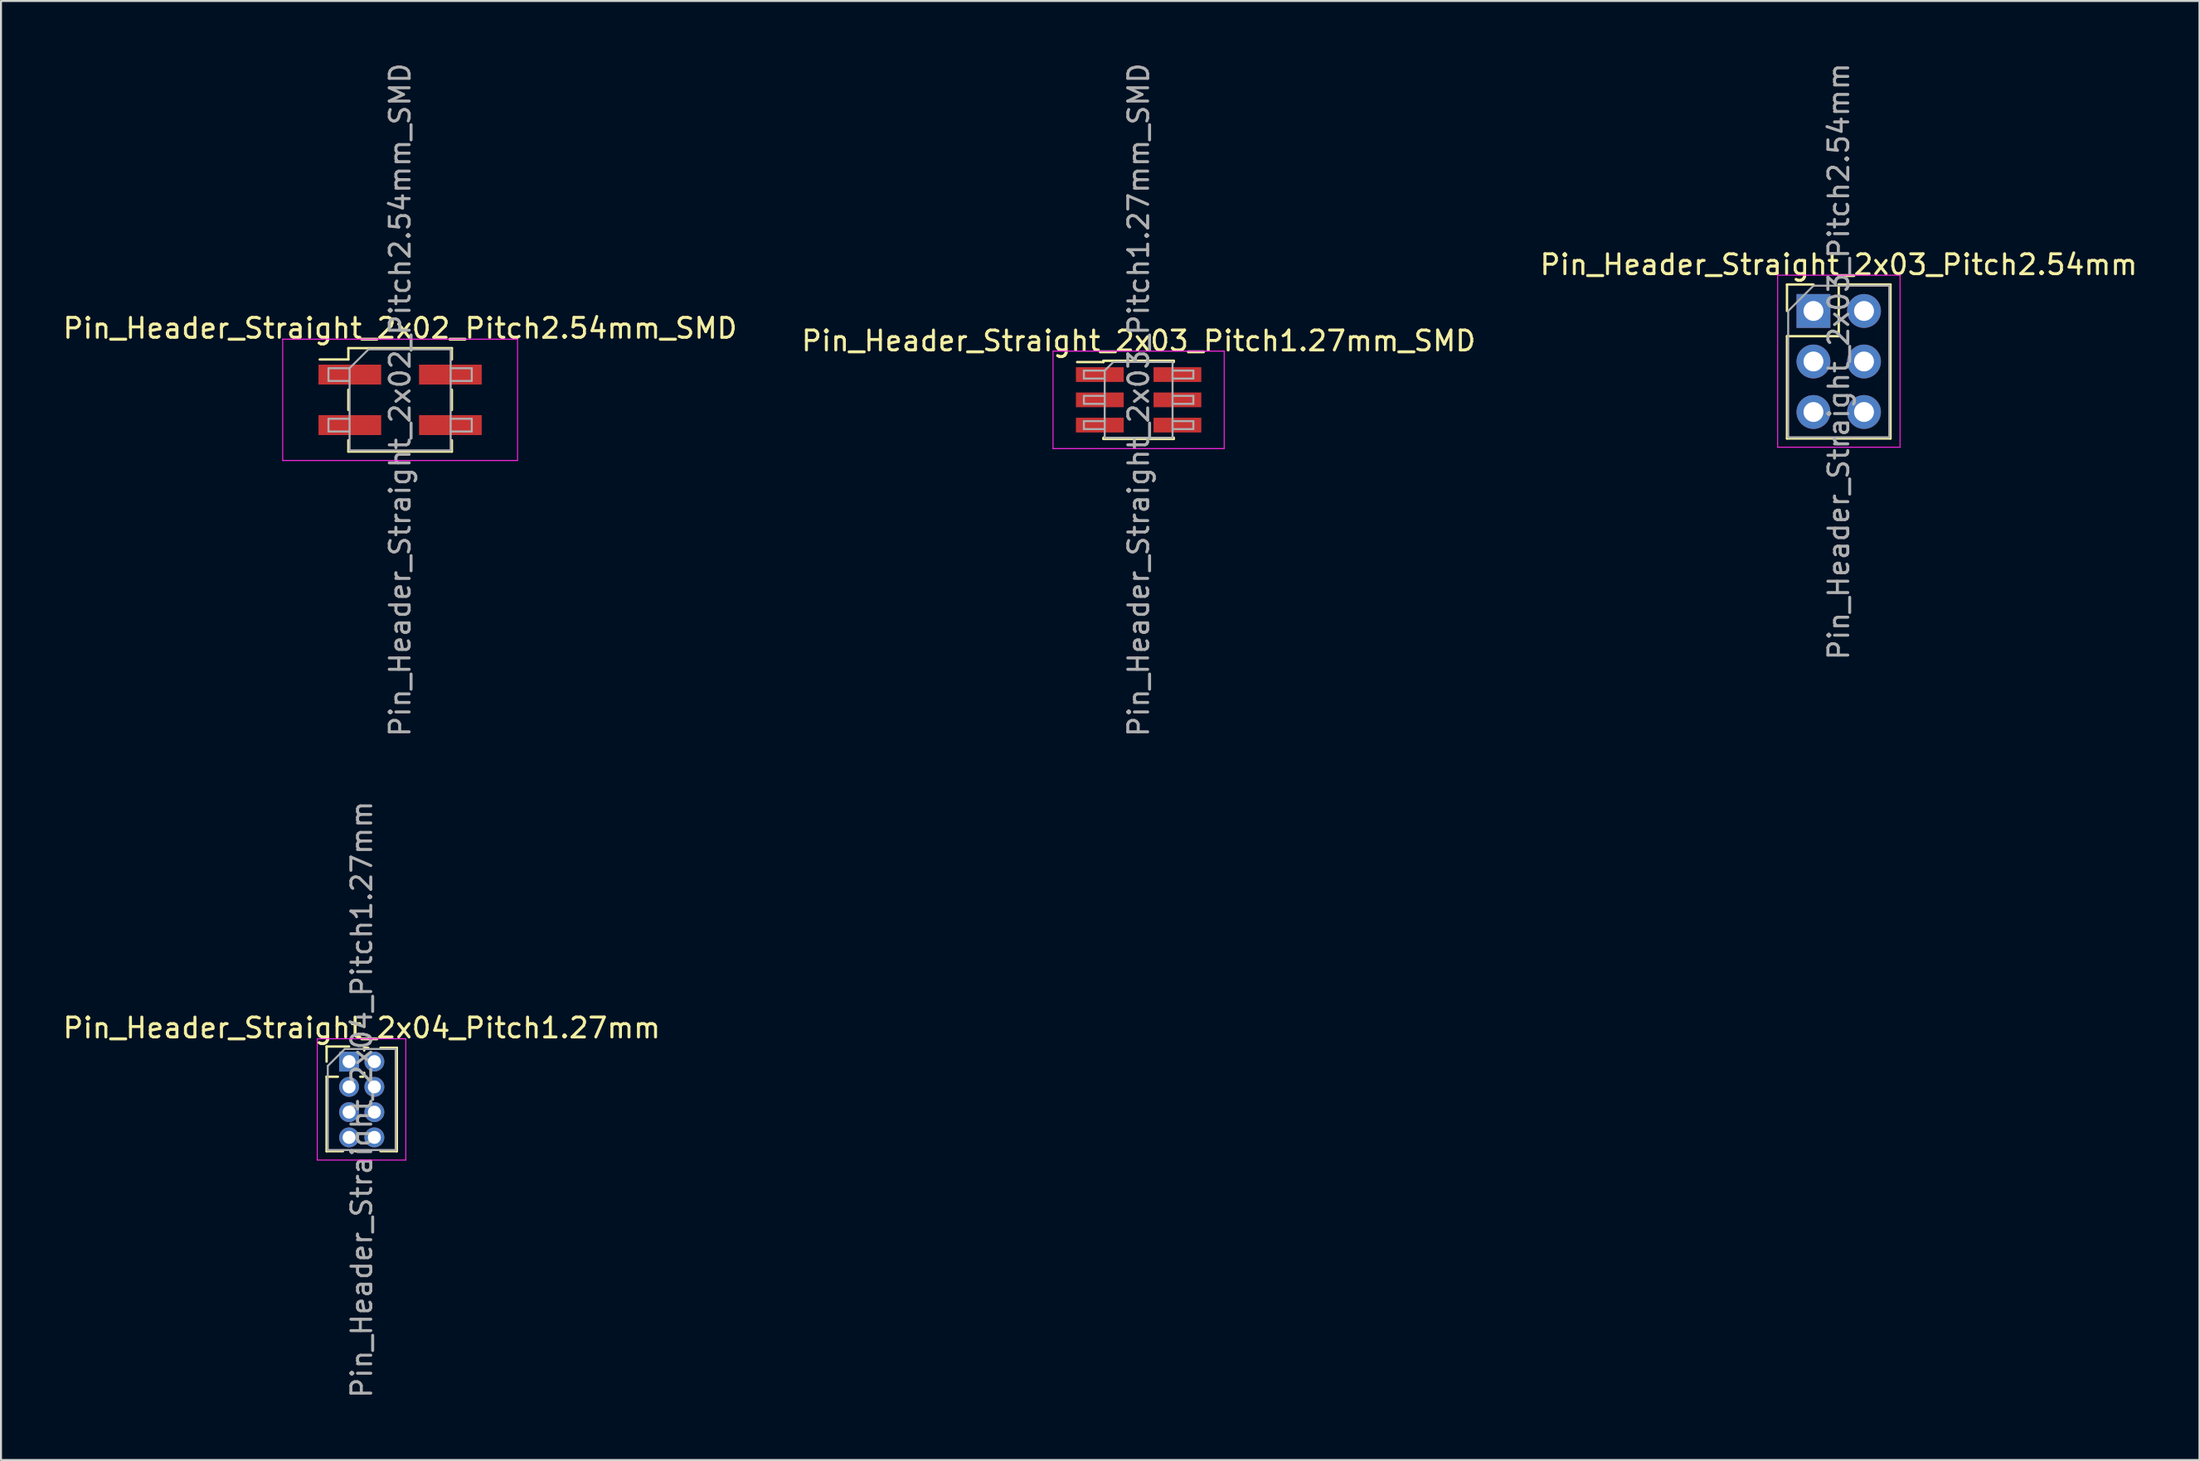
<source format=kicad_pcb>
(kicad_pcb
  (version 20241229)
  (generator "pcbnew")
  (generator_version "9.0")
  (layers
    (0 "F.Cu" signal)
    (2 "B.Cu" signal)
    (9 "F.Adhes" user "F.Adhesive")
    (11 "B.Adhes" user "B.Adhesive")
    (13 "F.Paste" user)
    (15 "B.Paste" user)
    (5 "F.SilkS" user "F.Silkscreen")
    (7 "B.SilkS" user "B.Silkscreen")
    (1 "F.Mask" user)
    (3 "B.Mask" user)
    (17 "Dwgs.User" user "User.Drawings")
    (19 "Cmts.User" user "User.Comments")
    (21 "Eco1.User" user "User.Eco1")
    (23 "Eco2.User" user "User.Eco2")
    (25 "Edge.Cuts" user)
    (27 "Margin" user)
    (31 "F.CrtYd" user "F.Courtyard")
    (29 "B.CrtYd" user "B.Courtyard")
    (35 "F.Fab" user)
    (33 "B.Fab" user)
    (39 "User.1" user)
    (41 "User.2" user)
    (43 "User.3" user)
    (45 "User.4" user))
  (footprint "Pin_Header_Straight_2x02_Pitch2.54mm_SMD"
    (layer "F.Cu")
    (at 17.054 17.054)
    (property "Reference" "Pin_Header_Straight_2x02_Pitch2.54mm_SMD" (at 0 -3.6 0) (layer "F.SilkS") (effects (font (size 1 1) (thickness 0.15))))
    (attr smd)
    (fp_line (start -4.04 -2.03) (end -2.6 -2.03) (stroke (width 0.12) (type solid)) (layer "F.SilkS"))
    (fp_line (start -2.6 -2.6) (end -2.6 -2.03) (stroke (width 0.12) (type solid)) (layer "F.SilkS"))
    (fp_line (start -2.6 -2.6) (end 2.6 -2.6) (stroke (width 0.12) (type solid)) (layer "F.SilkS"))
    (fp_line (start -2.6 -0.51) (end -2.6 0.51) (stroke (width 0.12) (type solid)) (layer "F.SilkS"))
    (fp_line (start -2.6 2.03) (end -2.6 2.6) (stroke (width 0.12) (type solid)) (layer "F.SilkS"))
    (fp_line (start -2.6 2.6) (end 2.6 2.6) (stroke (width 0.12) (type solid)) (layer "F.SilkS"))
    (fp_line (start 2.6 -2.6) (end 2.6 -2.03) (stroke (width 0.12) (type solid)) (layer "F.SilkS"))
    (fp_line (start 2.6 -0.51) (end 2.6 0.51) (stroke (width 0.12) (type solid)) (layer "F.SilkS"))
    (fp_line (start 2.6 2.03) (end 2.6 2.6) (stroke (width 0.12) (type solid)) (layer "F.SilkS"))
    (fp_line (start -5.9 -3.05) (end -5.9 3.05) (stroke (width 0.05) (type solid)) (layer "F.CrtYd"))
    (fp_line (start -5.9 3.05) (end 5.9 3.05) (stroke (width 0.05) (type solid)) (layer "F.CrtYd"))
    (fp_line (start 5.9 -3.05) (end -5.9 -3.05) (stroke (width 0.05) (type solid)) (layer "F.CrtYd"))
    (fp_line (start 5.9 3.05) (end 5.9 -3.05) (stroke (width 0.05) (type solid)) (layer "F.CrtYd"))
    (fp_line (start -3.6 -1.59) (end -3.6 -0.95) (stroke (width 0.1) (type solid)) (layer "F.Fab"))
    (fp_line (start -3.6 -0.95) (end -2.54 -0.95) (stroke (width 0.1) (type solid)) (layer "F.Fab"))
    (fp_line (start -3.6 0.95) (end -3.6 1.59) (stroke (width 0.1) (type solid)) (layer "F.Fab"))
    (fp_line (start -3.6 1.59) (end -2.54 1.59) (stroke (width 0.1) (type solid)) (layer "F.Fab"))
    (fp_line (start -2.54 -1.59) (end -3.6 -1.59) (stroke (width 0.1) (type solid)) (layer "F.Fab"))
    (fp_line (start -2.54 -1.59) (end -1.59 -2.54) (stroke (width 0.1) (type solid)) (layer "F.Fab"))
    (fp_line (start -2.54 0.95) (end -3.6 0.95) (stroke (width 0.1) (type solid)) (layer "F.Fab"))
    (fp_line (start -2.54 2.54) (end -2.54 -1.59) (stroke (width 0.1) (type solid)) (layer "F.Fab"))
    (fp_line (start -1.59 -2.54) (end 2.54 -2.54) (stroke (width 0.1) (type solid)) (layer "F.Fab"))
    (fp_line (start 2.54 -2.54) (end 2.54 2.54) (stroke (width 0.1) (type solid)) (layer "F.Fab"))
    (fp_line (start 2.54 -1.59) (end 3.6 -1.59) (stroke (width 0.1) (type solid)) (layer "F.Fab"))
    (fp_line (start 2.54 0.95) (end 3.6 0.95) (stroke (width 0.1) (type solid)) (layer "F.Fab"))
    (fp_line (start 2.54 2.54) (end -2.54 2.54) (stroke (width 0.1) (type solid)) (layer "F.Fab"))
    (fp_line (start 3.6 -1.59) (end 3.6 -0.95) (stroke (width 0.1) (type solid)) (layer "F.Fab"))
    (fp_line (start 3.6 -0.95) (end 2.54 -0.95) (stroke (width 0.1) (type solid)) (layer "F.Fab"))
    (fp_line (start 3.6 0.95) (end 3.6 1.59) (stroke (width 0.1) (type solid)) (layer "F.Fab"))
    (fp_line (start 3.6 1.59) (end 2.54 1.59) (stroke (width 0.1) (type solid)) (layer "F.Fab"))
    (fp_text user "${REFERENCE}" (at 0 0 90) (layer "F.Fab") (effects (font (size 1 1) (thickness 0.15))))
    (pad "1" smd rect (at -2.525 -1.27) (size 3.15 1) (layers "F.Cu" "F.Mask" "F.Paste"))
    (pad "2" smd rect (at 2.525 -1.27) (size 3.15 1) (layers "F.Cu" "F.Mask" "F.Paste"))
    (pad "3" smd rect (at -2.525 1.27) (size 3.15 1) (layers "F.Cu" "F.Mask" "F.Paste"))
    (pad "4" smd rect (at 2.525 1.27) (size 3.15 1) (layers "F.Cu" "F.Mask" "F.Paste")))
  (footprint "Pin_Header_Straight_2x03_Pitch1.27mm_SMD"
    (layer "F.Cu")
    (at 54.161 17.054)
    (property "Reference" "Pin_Header_Straight_2x03_Pitch1.27mm_SMD" (at 0 -2.965 0) (layer "F.SilkS") (effects (font (size 1 1) (thickness 0.15))))
    (attr smd)
    (fp_line (start -3.09 -1.9) (end -1.765 -1.9) (stroke (width 0.12) (type solid)) (layer "F.SilkS"))
    (fp_line (start -1.765 -1.965) (end -1.765 -1.9) (stroke (width 0.12) (type solid)) (layer "F.SilkS"))
    (fp_line (start -1.765 -1.965) (end 1.765 -1.965) (stroke (width 0.12) (type solid)) (layer "F.SilkS"))
    (fp_line (start -1.765 1.9) (end -1.765 1.965) (stroke (width 0.12) (type solid)) (layer "F.SilkS"))
    (fp_line (start -1.765 1.965) (end 1.765 1.965) (stroke (width 0.12) (type solid)) (layer "F.SilkS"))
    (fp_line (start 1.765 -1.965) (end 1.765 -1.9) (stroke (width 0.12) (type solid)) (layer "F.SilkS"))
    (fp_line (start 1.765 1.9) (end 1.765 1.965) (stroke (width 0.12) (type solid)) (layer "F.SilkS"))
    (fp_line (start -4.3 -2.45) (end -4.3 2.45) (stroke (width 0.05) (type solid)) (layer "F.CrtYd"))
    (fp_line (start -4.3 2.45) (end 4.3 2.45) (stroke (width 0.05) (type solid)) (layer "F.CrtYd"))
    (fp_line (start 4.3 -2.45) (end -4.3 -2.45) (stroke (width 0.05) (type solid)) (layer "F.CrtYd"))
    (fp_line (start 4.3 2.45) (end 4.3 -2.45) (stroke (width 0.05) (type solid)) (layer "F.CrtYd"))
    (fp_line (start -2.75 -1.47) (end -2.75 -1.07) (stroke (width 0.1) (type solid)) (layer "F.Fab"))
    (fp_line (start -2.75 -1.07) (end -1.705 -1.07) (stroke (width 0.1) (type solid)) (layer "F.Fab"))
    (fp_line (start -2.75 -0.2) (end -2.75 0.2) (stroke (width 0.1) (type solid)) (layer "F.Fab"))
    (fp_line (start -2.75 0.2) (end -1.705 0.2) (stroke (width 0.1) (type solid)) (layer "F.Fab"))
    (fp_line (start -2.75 1.07) (end -2.75 1.47) (stroke (width 0.1) (type solid)) (layer "F.Fab"))
    (fp_line (start -2.75 1.47) (end -1.705 1.47) (stroke (width 0.1) (type solid)) (layer "F.Fab"))
    (fp_line (start -1.705 -1.47) (end -2.75 -1.47) (stroke (width 0.1) (type solid)) (layer "F.Fab"))
    (fp_line (start -1.705 -1.47) (end -1.27 -1.905) (stroke (width 0.1) (type solid)) (layer "F.Fab"))
    (fp_line (start -1.705 -0.2) (end -2.75 -0.2) (stroke (width 0.1) (type solid)) (layer "F.Fab"))
    (fp_line (start -1.705 1.07) (end -2.75 1.07) (stroke (width 0.1) (type solid)) (layer "F.Fab"))
    (fp_line (start -1.705 1.905) (end -1.705 -1.47) (stroke (width 0.1) (type solid)) (layer "F.Fab"))
    (fp_line (start -1.27 -1.905) (end 1.705 -1.905) (stroke (width 0.1) (type solid)) (layer "F.Fab"))
    (fp_line (start 1.705 -1.905) (end 1.705 1.905) (stroke (width 0.1) (type solid)) (layer "F.Fab"))
    (fp_line (start 1.705 -1.47) (end 2.75 -1.47) (stroke (width 0.1) (type solid)) (layer "F.Fab"))
    (fp_line (start 1.705 -0.2) (end 2.75 -0.2) (stroke (width 0.1) (type solid)) (layer "F.Fab"))
    (fp_line (start 1.705 1.07) (end 2.75 1.07) (stroke (width 0.1) (type solid)) (layer "F.Fab"))
    (fp_line (start 1.705 1.905) (end -1.705 1.905) (stroke (width 0.1) (type solid)) (layer "F.Fab"))
    (fp_line (start 2.75 -1.47) (end 2.75 -1.07) (stroke (width 0.1) (type solid)) (layer "F.Fab"))
    (fp_line (start 2.75 -1.07) (end 1.705 -1.07) (stroke (width 0.1) (type solid)) (layer "F.Fab"))
    (fp_line (start 2.75 -0.2) (end 2.75 0.2) (stroke (width 0.1) (type solid)) (layer "F.Fab"))
    (fp_line (start 2.75 0.2) (end 1.705 0.2) (stroke (width 0.1) (type solid)) (layer "F.Fab"))
    (fp_line (start 2.75 1.07) (end 2.75 1.47) (stroke (width 0.1) (type solid)) (layer "F.Fab"))
    (fp_line (start 2.75 1.47) (end 1.705 1.47) (stroke (width 0.1) (type solid)) (layer "F.Fab"))
    (fp_text user "${REFERENCE}" (at 0 0 90) (layer "F.Fab") (effects (font (size 1 1) (thickness 0.15))))
    (pad "1" smd rect (at -1.95 -1.27) (size 2.4 0.74) (layers "F.Cu" "F.Mask" "F.Paste"))
    (pad "2" smd rect (at 1.95 -1.27) (size 2.4 0.74) (layers "F.Cu" "F.Mask" "F.Paste"))
    (pad "3" smd rect (at -1.95 0) (size 2.4 0.74) (layers "F.Cu" "F.Mask" "F.Paste"))
    (pad "4" smd rect (at 1.95 0) (size 2.4 0.74) (layers "F.Cu" "F.Mask" "F.Paste"))
    (pad "5" smd rect (at -1.95 1.27) (size 2.4 0.74) (layers "F.Cu" "F.Mask" "F.Paste"))
    (pad "6" smd rect (at 1.95 1.27) (size 2.4 0.74) (layers "F.Cu" "F.Mask" "F.Paste")))
  (footprint "Pin_Header_Straight_2x04_Pitch1.27mm"
    (layer "F.Cu")
    (at 14.49 50.327)
    (property "Reference" "Pin_Header_Straight_2x04_Pitch1.27mm" (at 0.635 -1.695 0) (layer "F.SilkS") (effects (font (size 1 1) (thickness 0.15))))
    (attr through_hole)
    (fp_line (start -1.13 -0.76) (end 0 -0.76) (stroke (width 0.12) (type solid)) (layer "F.SilkS"))
    (fp_line (start -1.13 0) (end -1.13 -0.76) (stroke (width 0.12) (type solid)) (layer "F.SilkS"))
    (fp_line (start -1.13 0.76) (end -1.13 4.505) (stroke (width 0.12) (type solid)) (layer "F.SilkS"))
    (fp_line (start -1.13 0.76) (end -0.563 0.76) (stroke (width 0.12) (type solid)) (layer "F.SilkS"))
    (fp_line (start -1.13 4.505) (end -0.308 4.505) (stroke (width 0.12) (type solid)) (layer "F.SilkS"))
    (fp_line (start 0.308 4.505) (end 0.962 4.505) (stroke (width 0.12) (type solid)) (layer "F.SilkS"))
    (fp_line (start 0.563 0.76) (end 0.707 0.76) (stroke (width 0.12) (type solid)) (layer "F.SilkS"))
    (fp_line (start 0.76 -0.695) (end 0.962 -0.695) (stroke (width 0.12) (type solid)) (layer "F.SilkS"))
    (fp_line (start 0.76 -0.563) (end 0.76 -0.695) (stroke (width 0.12) (type solid)) (layer "F.SilkS"))
    (fp_line (start 0.76 0.707) (end 0.76 0.563) (stroke (width 0.12) (type solid)) (layer "F.SilkS"))
    (fp_line (start 1.578 -0.695) (end 2.4 -0.695) (stroke (width 0.12) (type solid)) (layer "F.SilkS"))
    (fp_line (start 1.578 4.505) (end 2.4 4.505) (stroke (width 0.12) (type solid)) (layer "F.SilkS"))
    (fp_line (start 2.4 -0.695) (end 2.4 4.505) (stroke (width 0.12) (type solid)) (layer "F.SilkS"))
    (fp_line (start -1.6 -1.15) (end -1.6 4.95) (stroke (width 0.05) (type solid)) (layer "F.CrtYd"))
    (fp_line (start -1.6 4.95) (end 2.85 4.95) (stroke (width 0.05) (type solid)) (layer "F.CrtYd"))
    (fp_line (start 2.85 -1.15) (end -1.6 -1.15) (stroke (width 0.05) (type solid)) (layer "F.CrtYd"))
    (fp_line (start 2.85 4.95) (end 2.85 -1.15) (stroke (width 0.05) (type solid)) (layer "F.CrtYd"))
    (fp_line (start -1.07 0.217) (end -0.217 -0.635) (stroke (width 0.1) (type solid)) (layer "F.Fab"))
    (fp_line (start -1.07 4.445) (end -1.07 0.217) (stroke (width 0.1) (type solid)) (layer "F.Fab"))
    (fp_line (start -0.217 -0.635) (end 2.34 -0.635) (stroke (width 0.1) (type solid)) (layer "F.Fab"))
    (fp_line (start 2.34 -0.635) (end 2.34 4.445) (stroke (width 0.1) (type solid)) (layer "F.Fab"))
    (fp_line (start 2.34 4.445) (end -1.07 4.445) (stroke (width 0.1) (type solid)) (layer "F.Fab"))
    (fp_text user "${REFERENCE}" (at 0.635 1.905 90) (layer "F.Fab") (effects (font (size 1 1) (thickness 0.15))))
    (pad "1" thru_hole rect (at 0 0) (size 1 1) (drill 0.65) (layers "*.Cu" "*.Mask"))
    (pad "2" thru_hole oval (at 1.27 0) (size 1 1) (drill 0.65) (layers "*.Cu" "*.Mask"))
    (pad "3" thru_hole oval (at 0 1.27) (size 1 1) (drill 0.65) (layers "*.Cu" "*.Mask"))
    (pad "4" thru_hole oval (at 1.27 1.27) (size 1 1) (drill 0.65) (layers "*.Cu" "*.Mask"))
    (pad "5" thru_hole oval (at 0 2.54) (size 1 1) (drill 0.65) (layers "*.Cu" "*.Mask"))
    (pad "6" thru_hole oval (at 1.27 2.54) (size 1 1) (drill 0.65) (layers "*.Cu" "*.Mask"))
    (pad "7" thru_hole oval (at 0 3.81) (size 1 1) (drill 0.65) (layers "*.Cu" "*.Mask"))
    (pad "8" thru_hole oval (at 1.27 3.81) (size 1 1) (drill 0.65) (layers "*.Cu" "*.Mask")))
  (footprint "Pin_Header_Straight_2x03_Pitch2.54mm"
    (layer "F.Cu")
    (at 88.069 12.585)
    (property "Reference" "Pin_Header_Straight_2x03_Pitch2.54mm" (at 1.27 -2.33 0) (layer "F.SilkS") (effects (font (size 1 1) (thickness 0.15))))
    (attr through_hole)
    (fp_line (start -1.33 -1.33) (end 0 -1.33) (stroke (width 0.12) (type solid)) (layer "F.SilkS"))
    (fp_line (start -1.33 0) (end -1.33 -1.33) (stroke (width 0.12) (type solid)) (layer "F.SilkS"))
    (fp_line (start -1.33 1.27) (end -1.33 6.41) (stroke (width 0.12) (type solid)) (layer "F.SilkS"))
    (fp_line (start -1.33 1.27) (end 1.27 1.27) (stroke (width 0.12) (type solid)) (layer "F.SilkS"))
    (fp_line (start -1.33 6.41) (end 3.87 6.41) (stroke (width 0.12) (type solid)) (layer "F.SilkS"))
    (fp_line (start 1.27 -1.33) (end 3.87 -1.33) (stroke (width 0.12) (type solid)) (layer "F.SilkS"))
    (fp_line (start 1.27 1.27) (end 1.27 -1.33) (stroke (width 0.12) (type solid)) (layer "F.SilkS"))
    (fp_line (start 3.87 -1.33) (end 3.87 6.41) (stroke (width 0.12) (type solid)) (layer "F.SilkS"))
    (fp_line (start -1.8 -1.8) (end -1.8 6.85) (stroke (width 0.05) (type solid)) (layer "F.CrtYd"))
    (fp_line (start -1.8 6.85) (end 4.35 6.85) (stroke (width 0.05) (type solid)) (layer "F.CrtYd"))
    (fp_line (start 4.35 -1.8) (end -1.8 -1.8) (stroke (width 0.05) (type solid)) (layer "F.CrtYd"))
    (fp_line (start 4.35 6.85) (end 4.35 -1.8) (stroke (width 0.05) (type solid)) (layer "F.CrtYd"))
    (fp_line (start -1.27 0) (end 0 -1.27) (stroke (width 0.1) (type solid)) (layer "F.Fab"))
    (fp_line (start -1.27 6.35) (end -1.27 0) (stroke (width 0.1) (type solid)) (layer "F.Fab"))
    (fp_line (start 0 -1.27) (end 3.81 -1.27) (stroke (width 0.1) (type solid)) (layer "F.Fab"))
    (fp_line (start 3.81 -1.27) (end 3.81 6.35) (stroke (width 0.1) (type solid)) (layer "F.Fab"))
    (fp_line (start 3.81 6.35) (end -1.27 6.35) (stroke (width 0.1) (type solid)) (layer "F.Fab"))
    (fp_text user "${REFERENCE}" (at 1.27 2.54 90) (layer "F.Fab") (effects (font (size 1 1) (thickness 0.15))))
    (pad "1" thru_hole rect (at 0 0) (size 1.7 1.7) (drill 1) (layers "*.Cu" "*.Mask"))
    (pad "2" thru_hole oval (at 2.54 0) (size 1.7 1.7) (drill 1) (layers "*.Cu" "*.Mask"))
    (pad "3" thru_hole oval (at 0 2.54) (size 1.7 1.7) (drill 1) (layers "*.Cu" "*.Mask"))
    (pad "4" thru_hole oval (at 2.54 2.54) (size 1.7 1.7) (drill 1) (layers "*.Cu" "*.Mask"))
    (pad "5" thru_hole oval (at 0 5.08) (size 1.7 1.7) (drill 1) (layers "*.Cu" "*.Mask"))
    (pad "6" thru_hole oval (at 2.54 5.08) (size 1.7 1.7) (drill 1) (layers "*.Cu" "*.Mask")))
  (gr_rect
    (start -3 -3)
    (end 107.464 70.357)
    (stroke (width 0.1) (type default))
    (fill no)
    (layer "Edge.Cuts")))
</source>
